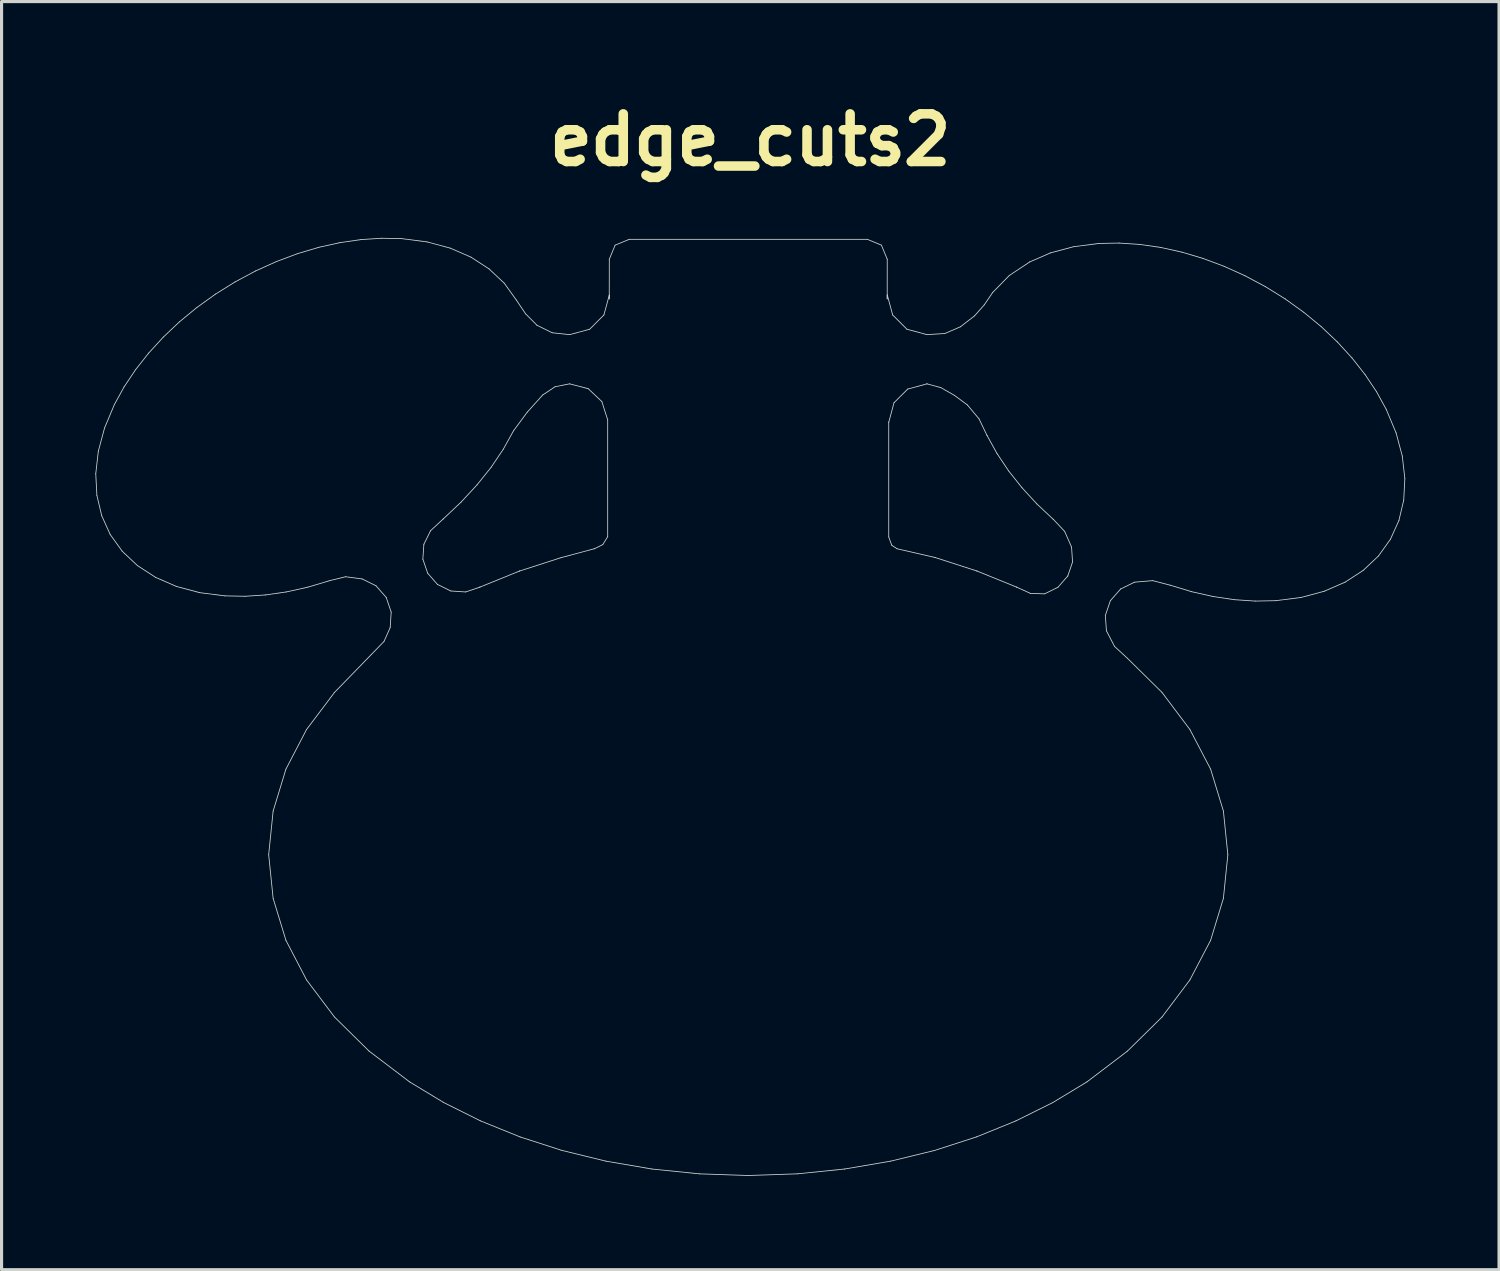
<source format=kicad_pcb>
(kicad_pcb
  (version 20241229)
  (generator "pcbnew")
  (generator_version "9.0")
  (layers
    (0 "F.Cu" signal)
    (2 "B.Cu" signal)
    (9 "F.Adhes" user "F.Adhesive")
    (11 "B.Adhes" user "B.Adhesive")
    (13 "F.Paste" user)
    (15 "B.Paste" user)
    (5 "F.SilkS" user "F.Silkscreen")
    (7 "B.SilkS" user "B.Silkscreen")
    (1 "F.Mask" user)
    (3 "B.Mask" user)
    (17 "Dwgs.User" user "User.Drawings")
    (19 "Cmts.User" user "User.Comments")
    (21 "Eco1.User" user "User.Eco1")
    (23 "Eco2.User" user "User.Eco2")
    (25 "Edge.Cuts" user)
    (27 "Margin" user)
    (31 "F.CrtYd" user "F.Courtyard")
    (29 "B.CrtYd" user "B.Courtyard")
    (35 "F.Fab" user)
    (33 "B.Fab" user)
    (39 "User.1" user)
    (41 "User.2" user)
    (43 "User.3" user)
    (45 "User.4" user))
  (footprint "edge_cuts2"
    (layer "F.Cu")
    (at 20.95 19.513)
    (property "Reference" "edge_cuts2" (at 0 -18.086 0) (layer "F.SilkS") (effects (font (size 1.524 1.524) (thickness 0.305))))
    (attr smd)
    (fp_line (start -20.937 -7.409) (end -20.855 -8.13) (stroke (width 0.026) (type solid)) (layer "Edge.Cuts"))
    (fp_line (start -20.901 -6.718) (end -20.937 -7.409) (stroke (width 0.026) (type solid)) (layer "Edge.Cuts"))
    (fp_line (start -20.855 -8.13) (end -20.656 -8.872) (stroke (width 0.026) (type solid)) (layer "Edge.Cuts"))
    (fp_line (start -20.747 -6.068) (end -20.901 -6.718) (stroke (width 0.026) (type solid)) (layer "Edge.Cuts"))
    (fp_line (start -20.656 -8.872) (end -20.34 -9.626) (stroke (width 0.026) (type solid)) (layer "Edge.Cuts"))
    (fp_line (start -20.475 -5.466) (end -20.747 -6.068) (stroke (width 0.026) (type solid)) (layer "Edge.Cuts"))
    (fp_line (start -20.34 -9.626) (end -20.03 -10.189) (stroke (width 0.026) (type solid)) (layer "Edge.Cuts"))
    (fp_line (start -20.09 -4.93) (end -20.475 -5.466) (stroke (width 0.026) (type solid)) (layer "Edge.Cuts"))
    (fp_line (start -20.03 -10.189) (end -19.663 -10.738) (stroke (width 0.026) (type solid)) (layer "Edge.Cuts"))
    (fp_line (start -19.663 -10.738) (end -19.244 -11.27) (stroke (width 0.026) (type solid)) (layer "Edge.Cuts"))
    (fp_line (start -19.603 -4.471) (end -20.09 -4.93) (stroke (width 0.026) (type solid)) (layer "Edge.Cuts"))
    (fp_line (start -19.244 -11.27) (end -18.775 -11.782) (stroke (width 0.026) (type solid)) (layer "Edge.Cuts"))
    (fp_line (start -19.024 -4.095) (end -19.603 -4.471) (stroke (width 0.026) (type solid)) (layer "Edge.Cuts"))
    (fp_line (start -18.775 -11.782) (end -18.261 -12.268) (stroke (width 0.026) (type solid)) (layer "Edge.Cuts"))
    (fp_line (start -18.359 -3.805) (end -19.024 -4.095) (stroke (width 0.026) (type solid)) (layer "Edge.Cuts"))
    (fp_line (start -18.261 -12.268) (end -17.704 -12.727) (stroke (width 0.026) (type solid)) (layer "Edge.Cuts"))
    (fp_line (start -17.704 -12.727) (end -17.109 -13.154) (stroke (width 0.026) (type solid)) (layer "Edge.Cuts"))
    (fp_line (start -17.616 -3.606) (end -18.359 -3.805) (stroke (width 0.026) (type solid)) (layer "Edge.Cuts"))
    (fp_line (start -17.109 -13.154) (end -16.48 -13.546) (stroke (width 0.026) (type solid)) (layer "Edge.Cuts"))
    (fp_line (start -16.805 -3.503) (end -17.616 -3.606) (stroke (width 0.026) (type solid)) (layer "Edge.Cuts"))
    (fp_line (start -16.48 -13.546) (end -15.825 -13.896) (stroke (width 0.026) (type solid)) (layer "Edge.Cuts"))
    (fp_line (start -16.162 -3.49) (end -16.805 -3.503) (stroke (width 0.026) (type solid)) (layer "Edge.Cuts"))
    (fp_line (start -15.825 -13.896) (end -15.158 -14.197) (stroke (width 0.026) (type solid)) (layer "Edge.Cuts"))
    (fp_line (start -15.503 -3.533) (end -16.162 -3.49) (stroke (width 0.026) (type solid)) (layer "Edge.Cuts"))
    (fp_line (start -15.406 4.777) (end -15.263 3.38) (stroke (width 0.026) (type solid)) (layer "Edge.Cuts"))
    (fp_line (start -15.263 3.38) (end -14.854 2.039) (stroke (width 0.026) (type solid)) (layer "Edge.Cuts"))
    (fp_line (start -15.263 6.174) (end -15.406 4.777) (stroke (width 0.026) (type solid)) (layer "Edge.Cuts"))
    (fp_line (start -15.158 -14.197) (end -14.482 -14.45) (stroke (width 0.026) (type solid)) (layer "Edge.Cuts"))
    (fp_line (start -14.854 2.039) (end -14.194 0.771) (stroke (width 0.026) (type solid)) (layer "Edge.Cuts"))
    (fp_line (start -14.854 7.515) (end -15.263 6.174) (stroke (width 0.026) (type solid)) (layer "Edge.Cuts"))
    (fp_line (start -14.833 -3.63) (end -15.503 -3.533) (stroke (width 0.026) (type solid)) (layer "Edge.Cuts"))
    (fp_line (start -14.482 -14.45) (end -13.804 -14.652) (stroke (width 0.026) (type solid)) (layer "Edge.Cuts"))
    (fp_line (start -14.194 0.771) (end -13.3 -0.415) (stroke (width 0.026) (type solid)) (layer "Edge.Cuts"))
    (fp_line (start -14.194 8.782) (end -14.854 7.515) (stroke (width 0.026) (type solid)) (layer "Edge.Cuts"))
    (fp_line (start -14.155 -3.781) (end -14.833 -3.63) (stroke (width 0.026) (type solid)) (layer "Edge.Cuts"))
    (fp_line (start -13.804 -14.652) (end -13.127 -14.802) (stroke (width 0.026) (type solid)) (layer "Edge.Cuts"))
    (fp_line (start -13.444 -3.993) (end -14.155 -3.781) (stroke (width 0.026) (type solid)) (layer "Edge.Cuts"))
    (fp_line (start -13.3 -0.415) (end -12.123 -1.626) (stroke (width 0.026) (type solid)) (layer "Edge.Cuts"))
    (fp_line (start -13.3 9.969) (end -14.194 8.782) (stroke (width 0.026) (type solid)) (layer "Edge.Cuts"))
    (fp_line (start -13.127 -14.802) (end -12.456 -14.899) (stroke (width 0.026) (type solid)) (layer "Edge.Cuts"))
    (fp_line (start -12.944 -4.115) (end -13.444 -3.993) (stroke (width 0.026) (type solid)) (layer "Edge.Cuts"))
    (fp_line (start -12.456 -14.899) (end -11.797 -14.942) (stroke (width 0.026) (type solid)) (layer "Edge.Cuts"))
    (fp_line (start -12.417 -4.045) (end -12.944 -4.115) (stroke (width 0.026) (type solid)) (layer "Edge.Cuts"))
    (fp_line (start -12.195 11.058) (end -13.3 9.969) (stroke (width 0.026) (type solid)) (layer "Edge.Cuts"))
    (fp_line (start -12.123 -1.626) (end -11.717 -2.045) (stroke (width 0.026) (type solid)) (layer "Edge.Cuts"))
    (fp_line (start -11.973 -3.825) (end -12.417 -4.045) (stroke (width 0.026) (type solid)) (layer "Edge.Cuts"))
    (fp_line (start -11.797 -14.942) (end -11.155 -14.93) (stroke (width 0.026) (type solid)) (layer "Edge.Cuts"))
    (fp_line (start -11.717 -2.045) (end -11.519 -2.489) (stroke (width 0.026) (type solid)) (layer "Edge.Cuts"))
    (fp_line (start -11.646 -3.453) (end -11.973 -3.825) (stroke (width 0.026) (type solid)) (layer "Edge.Cuts"))
    (fp_line (start -11.519 -2.489) (end -11.487 -2.984) (stroke (width 0.026) (type solid)) (layer "Edge.Cuts"))
    (fp_line (start -11.487 -2.984) (end -11.646 -3.453) (stroke (width 0.026) (type solid)) (layer "Edge.Cuts"))
    (fp_line (start -11.155 -14.93) (end -10.343 -14.826) (stroke (width 0.026) (type solid)) (layer "Edge.Cuts"))
    (fp_line (start -10.897 12.044) (end -12.195 11.058) (stroke (width 0.026) (type solid)) (layer "Edge.Cuts"))
    (fp_line (start -10.474 -4.678) (end -10.442 -5.153) (stroke (width 0.026) (type solid)) (layer "Edge.Cuts"))
    (fp_line (start -10.442 -5.153) (end -10.226 -5.589) (stroke (width 0.026) (type solid)) (layer "Edge.Cuts"))
    (fp_line (start -10.343 -14.826) (end -9.601 -14.627) (stroke (width 0.026) (type solid)) (layer "Edge.Cuts"))
    (fp_line (start -10.32 -4.227) (end -10.474 -4.678) (stroke (width 0.026) (type solid)) (layer "Edge.Cuts"))
    (fp_line (start -10.226 -5.589) (end -9.821 -5.965) (stroke (width 0.026) (type solid)) (layer "Edge.Cuts"))
    (fp_line (start -10.007 -3.869) (end -10.32 -4.227) (stroke (width 0.026) (type solid)) (layer "Edge.Cuts"))
    (fp_line (start -9.821 -5.965) (end -9.817 -5.968) (stroke (width 0.026) (type solid)) (layer "Edge.Cuts"))
    (fp_line (start -9.817 -5.968) (end -9.249 -6.505) (stroke (width 0.026) (type solid)) (layer "Edge.Cuts"))
    (fp_line (start -9.808 12.704) (end -10.897 12.044) (stroke (width 0.026) (type solid)) (layer "Edge.Cuts"))
    (fp_line (start -9.601 -14.627) (end -8.936 -14.338) (stroke (width 0.026) (type solid)) (layer "Edge.Cuts"))
    (fp_line (start -9.58 -3.659) (end -10.007 -3.869) (stroke (width 0.026) (type solid)) (layer "Edge.Cuts"))
    (fp_line (start -9.249 -6.505) (end -8.74 -7.055) (stroke (width 0.026) (type solid)) (layer "Edge.Cuts"))
    (fp_line (start -9.105 -3.628) (end -9.58 -3.659) (stroke (width 0.026) (type solid)) (layer "Edge.Cuts"))
    (fp_line (start -8.936 -14.338) (end -8.356 -13.961) (stroke (width 0.026) (type solid)) (layer "Edge.Cuts"))
    (fp_line (start -8.74 -7.055) (end -8.289 -7.618) (stroke (width 0.026) (type solid)) (layer "Edge.Cuts"))
    (fp_line (start -8.654 -3.781) (end -9.105 -3.628) (stroke (width 0.026) (type solid)) (layer "Edge.Cuts"))
    (fp_line (start -8.648 -3.784) (end -8.654 -3.781) (stroke (width 0.026) (type solid)) (layer "Edge.Cuts"))
    (fp_line (start -8.629 13.291) (end -9.808 12.704) (stroke (width 0.026) (type solid)) (layer "Edge.Cuts"))
    (fp_line (start -8.356 -13.961) (end -7.869 -13.503) (stroke (width 0.026) (type solid)) (layer "Edge.Cuts"))
    (fp_line (start -8.289 -7.618) (end -7.901 -8.194) (stroke (width 0.026) (type solid)) (layer "Edge.Cuts"))
    (fp_line (start -7.901 -8.194) (end -7.575 -8.782) (stroke (width 0.026) (type solid)) (layer "Edge.Cuts"))
    (fp_line (start -7.869 -13.503) (end -7.484 -12.966) (stroke (width 0.026) (type solid)) (layer "Edge.Cuts"))
    (fp_line (start -7.575 -8.782) (end -7.135 -9.379) (stroke (width 0.026) (type solid)) (layer "Edge.Cuts"))
    (fp_line (start -7.484 -12.966) (end -7.188 -12.525) (stroke (width 0.026) (type solid)) (layer "Edge.Cuts"))
    (fp_line (start -7.383 -4.297) (end -8.648 -3.784) (stroke (width 0.026) (type solid)) (layer "Edge.Cuts"))
    (fp_line (start -7.379 -4.298) (end -7.383 -4.297) (stroke (width 0.026) (type solid)) (layer "Edge.Cuts"))
    (fp_line (start -7.364 13.804) (end -8.629 13.291) (stroke (width 0.026) (type solid)) (layer "Edge.Cuts"))
    (fp_line (start -7.188 -12.525) (end -6.823 -12.158) (stroke (width 0.026) (type solid)) (layer "Edge.Cuts"))
    (fp_line (start -7.135 -9.379) (end -6.642 -9.927) (stroke (width 0.026) (type solid)) (layer "Edge.Cuts"))
    (fp_line (start -6.823 -12.158) (end -6.338 -11.919) (stroke (width 0.026) (type solid)) (layer "Edge.Cuts"))
    (fp_line (start -6.642 -9.927) (end -6.246 -10.192) (stroke (width 0.026) (type solid)) (layer "Edge.Cuts"))
    (fp_line (start -6.338 -11.919) (end -5.779 -11.859) (stroke (width 0.026) (type solid)) (layer "Edge.Cuts"))
    (fp_line (start -6.246 -10.192) (end -5.779 -10.285) (stroke (width 0.026) (type solid)) (layer "Edge.Cuts"))
    (fp_line (start -6.041 -4.73) (end -7.379 -4.298) (stroke (width 0.026) (type solid)) (layer "Edge.Cuts"))
    (fp_line (start -6.038 -4.73) (end -6.041 -4.73) (stroke (width 0.026) (type solid)) (layer "Edge.Cuts"))
    (fp_line (start -6.025 14.236) (end -7.364 13.804) (stroke (width 0.026) (type solid)) (layer "Edge.Cuts"))
    (fp_line (start -5.779 -11.859) (end -5.138 -12.032) (stroke (width 0.026) (type solid)) (layer "Edge.Cuts"))
    (fp_line (start -5.779 -10.285) (end -5.183 -10.129) (stroke (width 0.026) (type solid)) (layer "Edge.Cuts"))
    (fp_line (start -5.183 -10.129) (end -4.749 -9.718) (stroke (width 0.026) (type solid)) (layer "Edge.Cuts"))
    (fp_line (start -5.138 -12.032) (end -4.683 -12.488) (stroke (width 0.026) (type solid)) (layer "Edge.Cuts"))
    (fp_line (start -4.991 -5.01) (end -6.038 -4.73) (stroke (width 0.026) (type solid)) (layer "Edge.Cuts"))
    (fp_line (start -4.985 -5.011) (end -4.991 -5.01) (stroke (width 0.026) (type solid)) (layer "Edge.Cuts"))
    (fp_line (start -4.749 -9.718) (end -4.562 -9.135) (stroke (width 0.026) (type solid)) (layer "Edge.Cuts"))
    (fp_line (start -4.718 -5.144) (end -4.985 -5.011) (stroke (width 0.026) (type solid)) (layer "Edge.Cuts"))
    (fp_line (start -4.683 -12.488) (end -4.509 -13.129) (stroke (width 0.026) (type solid)) (layer "Edge.Cuts"))
    (fp_line (start -4.618 14.579) (end -6.025 14.236) (stroke (width 0.026) (type solid)) (layer "Edge.Cuts"))
    (fp_line (start -4.562 -9.135) (end -4.562 -5.395) (stroke (width 0.026) (type solid)) (layer "Edge.Cuts"))
    (fp_line (start -4.562 -5.395) (end -4.718 -5.144) (stroke (width 0.026) (type solid)) (layer "Edge.Cuts"))
    (fp_line (start -4.512 -13.003) (end -4.51 -14.272) (stroke (width 0.026) (type solid)) (layer "Edge.Cuts"))
    (fp_line (start -4.51 -14.272) (end -4.324 -14.721) (stroke (width 0.026) (type solid)) (layer "Edge.Cuts"))
    (fp_line (start -4.509 -13.129) (end -4.512 -13.003) (stroke (width 0.026) (type solid)) (layer "Edge.Cuts"))
    (fp_line (start -4.324 -14.721) (end -3.875 -14.907) (stroke (width 0.026) (type solid)) (layer "Edge.Cuts"))
    (fp_line (start -3.875 -14.907) (end 3.745 -14.907) (stroke (width 0.026) (type solid)) (layer "Edge.Cuts"))
    (fp_line (start -3.15 14.83) (end -4.618 14.579) (stroke (width 0.026) (type solid)) (layer "Edge.Cuts"))
    (fp_line (start -1.631 14.985) (end -3.15 14.83) (stroke (width 0.026) (type solid)) (layer "Edge.Cuts"))
    (fp_line (start -0.067 15.038) (end -1.631 14.985) (stroke (width 0.026) (type solid)) (layer "Edge.Cuts"))
    (fp_line (start 1.501 14.985) (end -0.067 15.038) (stroke (width 0.026) (type solid)) (layer "Edge.Cuts"))
    (fp_line (start 3.02 14.83) (end 1.501 14.985) (stroke (width 0.026) (type solid)) (layer "Edge.Cuts"))
    (fp_line (start 3.745 -14.907) (end 4.194 -14.721) (stroke (width 0.026) (type solid)) (layer "Edge.Cuts"))
    (fp_line (start 4.194 -14.721) (end 4.38 -14.272) (stroke (width 0.026) (type solid)) (layer "Edge.Cuts"))
    (fp_line (start 4.379 -13.003) (end 4.381 -13.129) (stroke (width 0.026) (type solid)) (layer "Edge.Cuts"))
    (fp_line (start 4.38 -14.272) (end 4.379 -13.003) (stroke (width 0.026) (type solid)) (layer "Edge.Cuts"))
    (fp_line (start 4.381 -13.129) (end 4.554 -12.488) (stroke (width 0.026) (type solid)) (layer "Edge.Cuts"))
    (fp_line (start 4.428 -9.049) (end 4.431 -9.065) (stroke (width 0.026) (type solid)) (layer "Edge.Cuts"))
    (fp_line (start 4.428 -5.386) (end 4.428 -9.049) (stroke (width 0.026) (type solid)) (layer "Edge.Cuts"))
    (fp_line (start 4.431 -9.065) (end 4.597 -9.681) (stroke (width 0.026) (type solid)) (layer "Edge.Cuts"))
    (fp_line (start 4.488 14.579) (end 3.02 14.83) (stroke (width 0.026) (type solid)) (layer "Edge.Cuts"))
    (fp_line (start 4.524 -5.123) (end 4.428 -5.386) (stroke (width 0.026) (type solid)) (layer "Edge.Cuts"))
    (fp_line (start 4.554 -12.488) (end 5.01 -12.032) (stroke (width 0.026) (type solid)) (layer "Edge.Cuts"))
    (fp_line (start 4.597 -9.681) (end 5.035 -10.118) (stroke (width 0.026) (type solid)) (layer "Edge.Cuts"))
    (fp_line (start 4.695 -5.009) (end 4.524 -5.123) (stroke (width 0.026) (type solid)) (layer "Edge.Cuts"))
    (fp_line (start 5.01 -12.032) (end 5.651 -11.859) (stroke (width 0.026) (type solid)) (layer "Edge.Cuts"))
    (fp_line (start 5.035 -10.118) (end 5.651 -10.285) (stroke (width 0.026) (type solid)) (layer "Edge.Cuts"))
    (fp_line (start 5.651 -11.859) (end 6.222 -11.895) (stroke (width 0.026) (type solid)) (layer "Edge.Cuts"))
    (fp_line (start 5.651 -10.285) (end 5.651 -10.285) (stroke (width 0.026) (type solid)) (layer "Edge.Cuts"))
    (fp_line (start 5.651 -10.285) (end 6.094 -10.164) (stroke (width 0.026) (type solid)) (layer "Edge.Cuts"))
    (fp_line (start 5.895 14.236) (end 4.488 14.579) (stroke (width 0.026) (type solid)) (layer "Edge.Cuts"))
    (fp_line (start 5.906 -4.731) (end 4.695 -5.009) (stroke (width 0.026) (type solid)) (layer "Edge.Cuts"))
    (fp_line (start 5.91 -4.73) (end 5.906 -4.731) (stroke (width 0.026) (type solid)) (layer "Edge.Cuts"))
    (fp_line (start 6.094 -10.164) (end 6.525 -9.919) (stroke (width 0.026) (type solid)) (layer "Edge.Cuts"))
    (fp_line (start 6.222 -11.895) (end 6.719 -12.109) (stroke (width 0.026) (type solid)) (layer "Edge.Cuts"))
    (fp_line (start 6.525 -9.919) (end 6.944 -9.61) (stroke (width 0.026) (type solid)) (layer "Edge.Cuts"))
    (fp_line (start 6.719 -12.109) (end 7.174 -12.461) (stroke (width 0.026) (type solid)) (layer "Edge.Cuts"))
    (fp_line (start 6.944 -9.61) (end 7.317 -9.164) (stroke (width 0.026) (type solid)) (layer "Edge.Cuts"))
    (fp_line (start 7.174 -12.461) (end 7.484 -12.812) (stroke (width 0.026) (type solid)) (layer "Edge.Cuts"))
    (fp_line (start 7.233 13.804) (end 5.895 14.236) (stroke (width 0.026) (type solid)) (layer "Edge.Cuts"))
    (fp_line (start 7.249 -4.298) (end 5.91 -4.73) (stroke (width 0.026) (type solid)) (layer "Edge.Cuts"))
    (fp_line (start 7.252 -4.297) (end 7.249 -4.298) (stroke (width 0.026) (type solid)) (layer "Edge.Cuts"))
    (fp_line (start 7.317 -9.164) (end 7.574 -8.63) (stroke (width 0.026) (type solid)) (layer "Edge.Cuts"))
    (fp_line (start 7.484 -12.812) (end 7.756 -13.212) (stroke (width 0.026) (type solid)) (layer "Edge.Cuts"))
    (fp_line (start 7.574 -8.63) (end 7.574 -8.63) (stroke (width 0.026) (type solid)) (layer "Edge.Cuts"))
    (fp_line (start 7.574 -8.63) (end 7.89 -8.059) (stroke (width 0.026) (type solid)) (layer "Edge.Cuts"))
    (fp_line (start 7.756 -13.212) (end 8.285 -13.751) (stroke (width 0.026) (type solid)) (layer "Edge.Cuts"))
    (fp_line (start 7.89 -8.059) (end 8.262 -7.502) (stroke (width 0.026) (type solid)) (layer "Edge.Cuts"))
    (fp_line (start 8.262 -7.502) (end 8.689 -6.963) (stroke (width 0.026) (type solid)) (layer "Edge.Cuts"))
    (fp_line (start 8.285 -13.751) (end 8.936 -14.184) (stroke (width 0.026) (type solid)) (layer "Edge.Cuts"))
    (fp_line (start 8.496 13.291) (end 7.233 13.804) (stroke (width 0.026) (type solid)) (layer "Edge.Cuts"))
    (fp_line (start 8.515 -3.784) (end 7.252 -4.297) (stroke (width 0.026) (type solid)) (layer "Edge.Cuts"))
    (fp_line (start 8.521 -3.781) (end 8.515 -3.784) (stroke (width 0.026) (type solid)) (layer "Edge.Cuts"))
    (fp_line (start 8.689 -6.963) (end 9.165 -6.445) (stroke (width 0.026) (type solid)) (layer "Edge.Cuts"))
    (fp_line (start 8.936 -14.184) (end 9.601 -14.474) (stroke (width 0.026) (type solid)) (layer "Edge.Cuts"))
    (fp_line (start 8.961 -3.581) (end 8.521 -3.781) (stroke (width 0.026) (type solid)) (layer "Edge.Cuts"))
    (fp_line (start 9.165 -6.445) (end 9.688 -5.953) (stroke (width 0.026) (type solid)) (layer "Edge.Cuts"))
    (fp_line (start 9.414 -3.568) (end 8.961 -3.581) (stroke (width 0.026) (type solid)) (layer "Edge.Cuts"))
    (fp_line (start 9.601 -14.474) (end 10.343 -14.672) (stroke (width 0.026) (type solid)) (layer "Edge.Cuts"))
    (fp_line (start 9.677 12.704) (end 8.496 13.291) (stroke (width 0.026) (type solid)) (layer "Edge.Cuts"))
    (fp_line (start 9.688 -5.953) (end 9.696 -5.947) (stroke (width 0.026) (type solid)) (layer "Edge.Cuts"))
    (fp_line (start 9.696 -5.947) (end 10.056 -5.564) (stroke (width 0.026) (type solid)) (layer "Edge.Cuts"))
    (fp_line (start 9.84 -3.778) (end 9.414 -3.568) (stroke (width 0.026) (type solid)) (layer "Edge.Cuts"))
    (fp_line (start 10.056 -5.564) (end 10.276 -5.063) (stroke (width 0.026) (type solid)) (layer "Edge.Cuts"))
    (fp_line (start 10.154 -4.136) (end 9.84 -3.778) (stroke (width 0.026) (type solid)) (layer "Edge.Cuts"))
    (fp_line (start 10.155 -4.137) (end 10.154 -4.136) (stroke (width 0.026) (type solid)) (layer "Edge.Cuts"))
    (fp_line (start 10.276 -5.063) (end 10.308 -4.587) (stroke (width 0.026) (type solid)) (layer "Edge.Cuts"))
    (fp_line (start 10.308 -4.587) (end 10.155 -4.137) (stroke (width 0.026) (type solid)) (layer "Edge.Cuts"))
    (fp_line (start 10.343 -14.672) (end 11.155 -14.776) (stroke (width 0.026) (type solid)) (layer "Edge.Cuts"))
    (fp_line (start 10.767 12.044) (end 9.677 12.704) (stroke (width 0.026) (type solid)) (layer "Edge.Cuts"))
    (fp_line (start 11.155 -14.776) (end 11.797 -14.788) (stroke (width 0.026) (type solid)) (layer "Edge.Cuts"))
    (fp_line (start 11.358 -2.88) (end 11.391 -2.386) (stroke (width 0.026) (type solid)) (layer "Edge.Cuts"))
    (fp_line (start 11.391 -2.386) (end 11.651 -1.886) (stroke (width 0.026) (type solid)) (layer "Edge.Cuts"))
    (fp_line (start 11.518 -3.35) (end 11.358 -2.88) (stroke (width 0.026) (type solid)) (layer "Edge.Cuts"))
    (fp_line (start 11.651 -1.886) (end 12.064 -1.505) (stroke (width 0.026) (type solid)) (layer "Edge.Cuts"))
    (fp_line (start 11.797 -14.788) (end 12.456 -14.745) (stroke (width 0.026) (type solid)) (layer "Edge.Cuts"))
    (fp_line (start 11.844 -3.722) (end 11.518 -3.35) (stroke (width 0.026) (type solid)) (layer "Edge.Cuts"))
    (fp_line (start 12.064 -1.505) (end 13.169 -0.415) (stroke (width 0.026) (type solid)) (layer "Edge.Cuts"))
    (fp_line (start 12.064 11.058) (end 10.767 12.044) (stroke (width 0.026) (type solid)) (layer "Edge.Cuts"))
    (fp_line (start 12.289 -3.941) (end 11.844 -3.722) (stroke (width 0.026) (type solid)) (layer "Edge.Cuts"))
    (fp_line (start 12.456 -14.745) (end 13.127 -14.648) (stroke (width 0.026) (type solid)) (layer "Edge.Cuts"))
    (fp_line (start 12.87 -3.99) (end 12.289 -3.941) (stroke (width 0.026) (type solid)) (layer "Edge.Cuts"))
    (fp_line (start 13.127 -14.648) (end 13.804 -14.498) (stroke (width 0.026) (type solid)) (layer "Edge.Cuts"))
    (fp_line (start 13.169 -0.415) (end 14.061 0.771) (stroke (width 0.026) (type solid)) (layer "Edge.Cuts"))
    (fp_line (start 13.169 9.969) (end 12.064 11.058) (stroke (width 0.026) (type solid)) (layer "Edge.Cuts"))
    (fp_line (start 13.426 -3.846) (end 12.87 -3.99) (stroke (width 0.026) (type solid)) (layer "Edge.Cuts"))
    (fp_line (start 13.804 -14.498) (end 14.482 -14.296) (stroke (width 0.026) (type solid)) (layer "Edge.Cuts"))
    (fp_line (start 14.061 0.771) (end 14.724 2.039) (stroke (width 0.026) (type solid)) (layer "Edge.Cuts"))
    (fp_line (start 14.061 8.782) (end 13.169 9.969) (stroke (width 0.026) (type solid)) (layer "Edge.Cuts"))
    (fp_line (start 14.115 -3.637) (end 13.426 -3.846) (stroke (width 0.026) (type solid)) (layer "Edge.Cuts"))
    (fp_line (start 14.482 -14.296) (end 15.158 -14.043) (stroke (width 0.026) (type solid)) (layer "Edge.Cuts"))
    (fp_line (start 14.724 2.039) (end 15.133 3.38) (stroke (width 0.026) (type solid)) (layer "Edge.Cuts"))
    (fp_line (start 14.724 7.515) (end 14.061 8.782) (stroke (width 0.026) (type solid)) (layer "Edge.Cuts"))
    (fp_line (start 14.802 -3.482) (end 14.115 -3.637) (stroke (width 0.026) (type solid)) (layer "Edge.Cuts"))
    (fp_line (start 15.133 3.38) (end 15.275 4.777) (stroke (width 0.026) (type solid)) (layer "Edge.Cuts"))
    (fp_line (start 15.133 6.174) (end 14.724 7.515) (stroke (width 0.026) (type solid)) (layer "Edge.Cuts"))
    (fp_line (start 15.158 -14.043) (end 15.825 -13.742) (stroke (width 0.026) (type solid)) (layer "Edge.Cuts"))
    (fp_line (start 15.275 4.777) (end 15.133 6.174) (stroke (width 0.026) (type solid)) (layer "Edge.Cuts"))
    (fp_line (start 15.483 -3.381) (end 14.802 -3.482) (stroke (width 0.026) (type solid)) (layer "Edge.Cuts"))
    (fp_line (start 15.825 -13.742) (end 16.48 -13.392) (stroke (width 0.026) (type solid)) (layer "Edge.Cuts"))
    (fp_line (start 16.152 -3.336) (end 15.483 -3.381) (stroke (width 0.026) (type solid)) (layer "Edge.Cuts"))
    (fp_line (start 16.48 -13.392) (end 17.109 -13.001) (stroke (width 0.026) (type solid)) (layer "Edge.Cuts"))
    (fp_line (start 16.805 -3.349) (end 16.152 -3.336) (stroke (width 0.026) (type solid)) (layer "Edge.Cuts"))
    (fp_line (start 17.109 -13.001) (end 17.704 -12.573) (stroke (width 0.026) (type solid)) (layer "Edge.Cuts"))
    (fp_line (start 17.616 -3.452) (end 16.805 -3.349) (stroke (width 0.026) (type solid)) (layer "Edge.Cuts"))
    (fp_line (start 17.704 -12.573) (end 18.261 -12.115) (stroke (width 0.026) (type solid)) (layer "Edge.Cuts"))
    (fp_line (start 18.261 -12.115) (end 18.775 -11.628) (stroke (width 0.026) (type solid)) (layer "Edge.Cuts"))
    (fp_line (start 18.359 -3.651) (end 17.616 -3.452) (stroke (width 0.026) (type solid)) (layer "Edge.Cuts"))
    (fp_line (start 18.775 -11.628) (end 19.244 -11.116) (stroke (width 0.026) (type solid)) (layer "Edge.Cuts"))
    (fp_line (start 19.024 -3.941) (end 18.359 -3.651) (stroke (width 0.026) (type solid)) (layer "Edge.Cuts"))
    (fp_line (start 19.244 -11.116) (end 19.663 -10.584) (stroke (width 0.026) (type solid)) (layer "Edge.Cuts"))
    (fp_line (start 19.603 -4.317) (end 19.024 -3.941) (stroke (width 0.026) (type solid)) (layer "Edge.Cuts"))
    (fp_line (start 19.663 -10.584) (end 20.03 -10.035) (stroke (width 0.026) (type solid)) (layer "Edge.Cuts"))
    (fp_line (start 20.03 -10.035) (end 20.34 -9.472) (stroke (width 0.026) (type solid)) (layer "Edge.Cuts"))
    (fp_line (start 20.09 -4.776) (end 19.603 -4.317) (stroke (width 0.026) (type solid)) (layer "Edge.Cuts"))
    (fp_line (start 20.34 -9.472) (end 20.656 -8.718) (stroke (width 0.026) (type solid)) (layer "Edge.Cuts"))
    (fp_line (start 20.475 -5.312) (end 20.09 -4.776) (stroke (width 0.026) (type solid)) (layer "Edge.Cuts"))
    (fp_line (start 20.656 -8.718) (end 20.855 -7.976) (stroke (width 0.026) (type solid)) (layer "Edge.Cuts"))
    (fp_line (start 20.747 -5.914) (end 20.475 -5.312) (stroke (width 0.026) (type solid)) (layer "Edge.Cuts"))
    (fp_line (start 20.855 -7.976) (end 20.937 -7.255) (stroke (width 0.026) (type solid)) (layer "Edge.Cuts"))
    (fp_line (start 20.901 -6.565) (end 20.747 -5.914) (stroke (width 0.026) (type solid)) (layer "Edge.Cuts"))
    (fp_line (start 20.937 -7.255) (end 20.901 -6.565) (stroke (width 0.026) (type solid)) (layer "Edge.Cuts")))
  (gr_rect
    (start -3 -3)
    (end 44.9 37.564)
    (stroke (width 0.1) (type default))
    (fill no)
    (layer "Edge.Cuts")))
</source>
